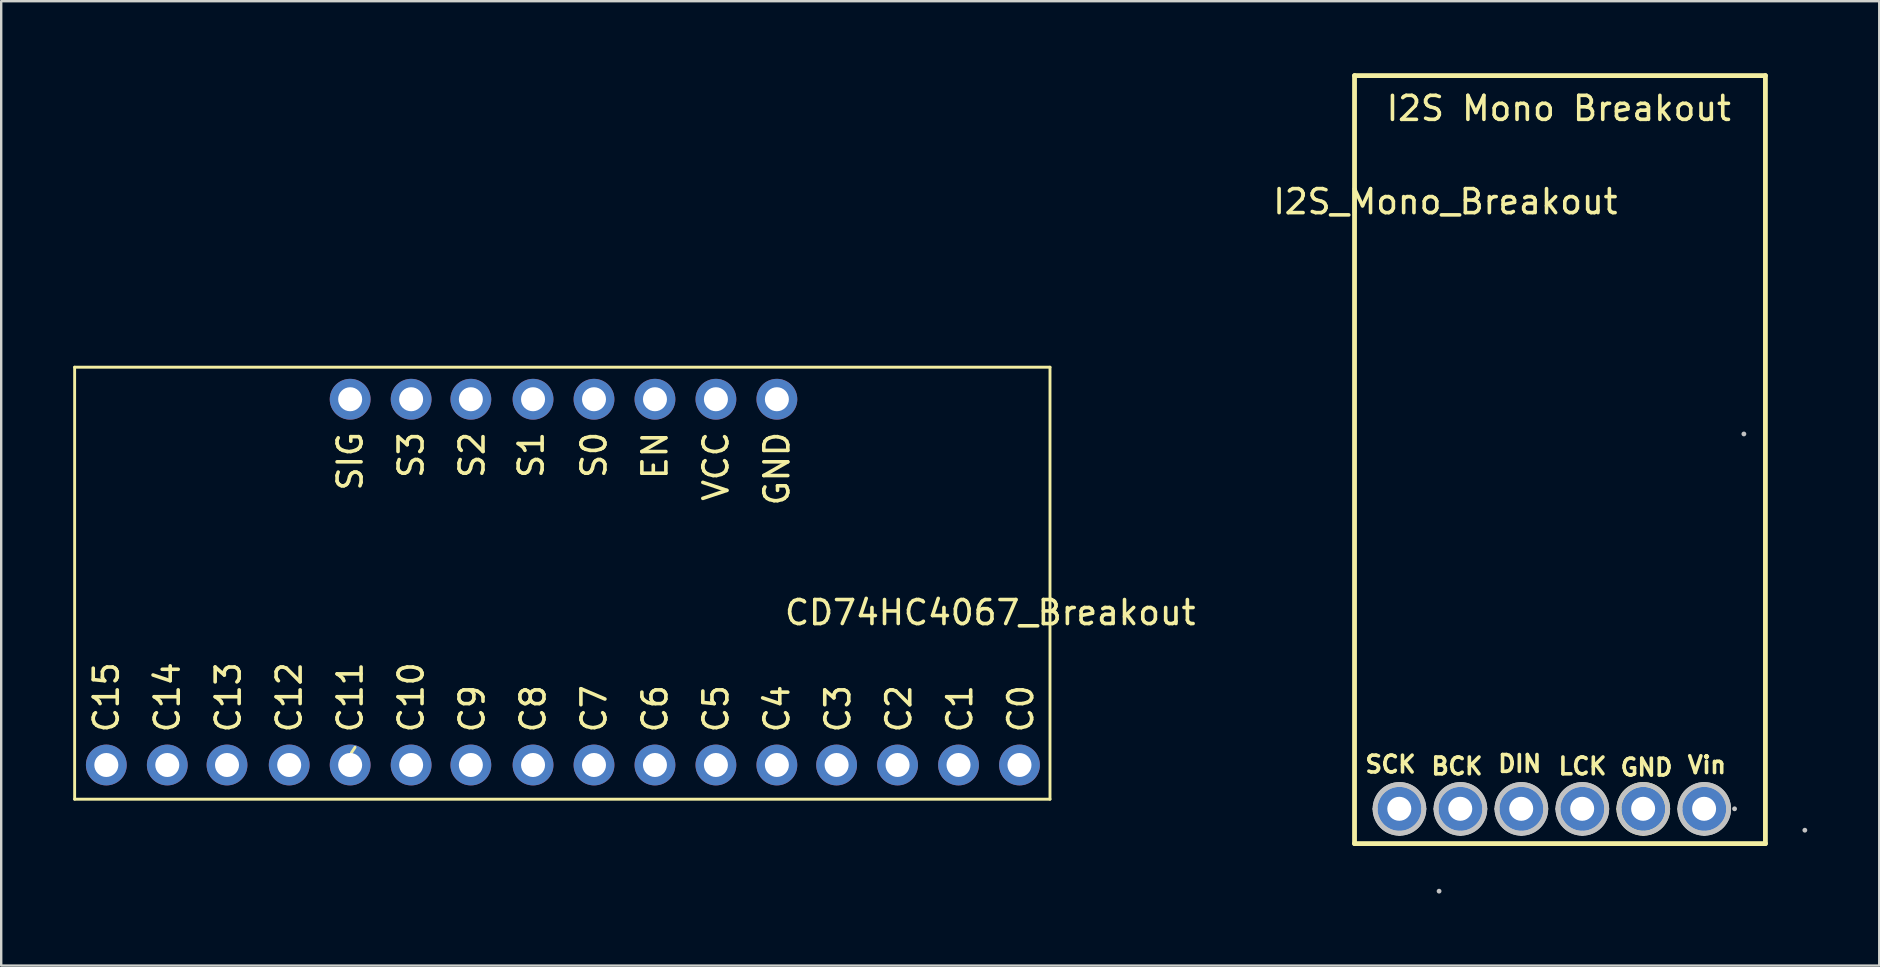
<source format=kicad_pcb>
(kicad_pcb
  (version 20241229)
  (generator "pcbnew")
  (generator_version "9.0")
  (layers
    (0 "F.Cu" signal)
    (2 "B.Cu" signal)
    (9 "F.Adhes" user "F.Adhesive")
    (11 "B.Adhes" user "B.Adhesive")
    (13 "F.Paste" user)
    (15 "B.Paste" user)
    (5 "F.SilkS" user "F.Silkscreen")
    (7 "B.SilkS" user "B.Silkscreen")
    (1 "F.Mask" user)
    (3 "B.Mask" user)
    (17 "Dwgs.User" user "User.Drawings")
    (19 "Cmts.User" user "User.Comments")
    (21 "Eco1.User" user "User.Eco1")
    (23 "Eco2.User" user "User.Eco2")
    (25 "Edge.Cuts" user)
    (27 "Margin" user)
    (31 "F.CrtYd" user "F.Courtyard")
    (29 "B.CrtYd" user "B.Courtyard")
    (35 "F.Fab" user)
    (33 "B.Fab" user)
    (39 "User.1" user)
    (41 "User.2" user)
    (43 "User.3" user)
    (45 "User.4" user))
  (footprint "I2S_Mono_Breakout"
    (layer "F.Cu")
    (at 60.857 33.345)
    (property "Reference" "I2S_Mono_Breakout" (at -3.683 -27.991 0) (layer "F.SilkS") (effects (font (size 1 1) (thickness 0.15))))
    (attr through_hole)
    (fp_line (start -7.468 -1.245) (end -7.468 -33.245) (stroke (width 0.2) (type solid)) (layer "F.SilkS"))
    (fp_line (start 9.652 -33.245) (end -7.468 -33.245) (stroke (width 0.2) (type solid)) (layer "F.SilkS"))
    (fp_line (start 9.652 -1.245) (end -7.468 -1.245) (stroke (width 0.2) (type solid)) (layer "F.SilkS"))
    (fp_line (start 9.652 -1.245) (end 9.652 -33.245) (stroke (width 0.2) (type solid)) (layer "F.SilkS"))
    (fp_curve (pts (xy 3.548 -2.692) (xy 3.548 -3.253) (xy 4.003 -3.708) (xy 4.564 -3.708)) (stroke (width 0.2) (type solid)) (layer "F.SilkS"))
    (fp_curve (pts (xy 4.564 -3.708) (xy 5.125 -3.708) (xy 5.58 -3.253) (xy 5.58 -2.692)) (stroke (width 0.2) (type solid)) (layer "F.SilkS"))
    (fp_curve (pts (xy 4.564 -1.676) (xy 4.003 -1.676) (xy 3.548 -2.131) (xy 3.548 -2.692)) (stroke (width 0.2) (type solid)) (layer "F.SilkS"))
    (fp_curve (pts (xy 5.58 -2.692) (xy 5.58 -2.131) (xy 5.125 -1.676) (xy 4.564 -1.676)) (stroke (width 0.2) (type solid)) (layer "F.SilkS"))
    (fp_curve (pts (xy -6.612 -2.692) (xy -6.612 -3.253) (xy -6.157 -3.708) (xy -5.596 -3.708)) (stroke (width 0.2) (type solid)) (layer "Dwgs.User"))
    (fp_curve (pts (xy -6.612 -2.692) (xy -6.612 -3.253) (xy -6.157 -3.708) (xy -5.596 -3.708)) (stroke (width 0.2) (type solid)) (layer "Dwgs.User"))
    (fp_curve (pts (xy -5.596 -3.708) (xy -5.035 -3.708) (xy -4.58 -3.253) (xy -4.58 -2.692)) (stroke (width 0.2) (type solid)) (layer "Dwgs.User"))
    (fp_curve (pts (xy -5.596 -3.708) (xy -5.035 -3.708) (xy -4.58 -3.253) (xy -4.58 -2.692)) (stroke (width 0.2) (type solid)) (layer "Dwgs.User"))
    (fp_curve (pts (xy -5.596 -1.676) (xy -6.157 -1.676) (xy -6.612 -2.131) (xy -6.612 -2.692)) (stroke (width 0.2) (type solid)) (layer "Dwgs.User"))
    (fp_curve (pts (xy -5.596 -1.676) (xy -6.157 -1.676) (xy -6.612 -2.131) (xy -6.612 -2.692)) (stroke (width 0.2) (type solid)) (layer "Dwgs.User"))
    (fp_curve (pts (xy -4.58 -2.692) (xy -4.58 -2.131) (xy -5.035 -1.676) (xy -5.596 -1.676)) (stroke (width 0.2) (type solid)) (layer "Dwgs.User"))
    (fp_curve (pts (xy -4.58 -2.692) (xy -4.58 -2.131) (xy -5.035 -1.676) (xy -5.596 -1.676)) (stroke (width 0.2) (type solid)) (layer "Dwgs.User"))
    (fp_curve (pts (xy -4.072 -2.692) (xy -4.072 -3.253) (xy -3.617 -3.708) (xy -3.056 -3.708)) (stroke (width 0.2) (type solid)) (layer "Dwgs.User"))
    (fp_curve (pts (xy -4.072 -2.692) (xy -4.072 -3.253) (xy -3.617 -3.708) (xy -3.056 -3.708)) (stroke (width 0.2) (type solid)) (layer "Dwgs.User"))
    (fp_curve (pts (xy -3.945 0.737) (xy -3.945 0.737) (xy -3.945 0.737) (xy -3.945 0.737)) (stroke (width 0.2) (type solid)) (layer "Dwgs.User"))
    (fp_curve (pts (xy -3.056 -3.708) (xy -2.495 -3.708) (xy -2.04 -3.253) (xy -2.04 -2.692)) (stroke (width 0.2) (type solid)) (layer "Dwgs.User"))
    (fp_curve (pts (xy -3.056 -3.708) (xy -2.495 -3.708) (xy -2.04 -3.253) (xy -2.04 -2.692)) (stroke (width 0.2) (type solid)) (layer "Dwgs.User"))
    (fp_curve (pts (xy -3.056 -1.676) (xy -3.617 -1.676) (xy -4.072 -2.131) (xy -4.072 -2.692)) (stroke (width 0.2) (type solid)) (layer "Dwgs.User"))
    (fp_curve (pts (xy -3.056 -1.676) (xy -3.617 -1.676) (xy -4.072 -2.131) (xy -4.072 -2.692)) (stroke (width 0.2) (type solid)) (layer "Dwgs.User"))
    (fp_curve (pts (xy -2.04 -2.692) (xy -2.04 -2.131) (xy -2.495 -1.676) (xy -3.056 -1.676)) (stroke (width 0.2) (type solid)) (layer "Dwgs.User"))
    (fp_curve (pts (xy -2.04 -2.692) (xy -2.04 -2.131) (xy -2.495 -1.676) (xy -3.056 -1.676)) (stroke (width 0.2) (type solid)) (layer "Dwgs.User"))
    (fp_curve (pts (xy -1.532 -2.692) (xy -1.532 -3.253) (xy -1.077 -3.708) (xy -0.516 -3.708)) (stroke (width 0.2) (type solid)) (layer "Dwgs.User"))
    (fp_curve (pts (xy -1.532 -2.692) (xy -1.532 -3.253) (xy -1.077 -3.708) (xy -0.516 -3.708)) (stroke (width 0.2) (type solid)) (layer "Dwgs.User"))
    (fp_curve (pts (xy -0.516 -3.708) (xy 0.045 -3.708) (xy 0.5 -3.253) (xy 0.5 -2.692)) (stroke (width 0.2) (type solid)) (layer "Dwgs.User"))
    (fp_curve (pts (xy -0.516 -3.708) (xy 0.045 -3.708) (xy 0.5 -3.253) (xy 0.5 -2.692)) (stroke (width 0.2) (type solid)) (layer "Dwgs.User"))
    (fp_curve (pts (xy -0.516 -1.676) (xy -1.077 -1.676) (xy -1.532 -2.131) (xy -1.532 -2.692)) (stroke (width 0.2) (type solid)) (layer "Dwgs.User"))
    (fp_curve (pts (xy -0.516 -1.676) (xy -1.077 -1.676) (xy -1.532 -2.131) (xy -1.532 -2.692)) (stroke (width 0.2) (type solid)) (layer "Dwgs.User"))
    (fp_curve (pts (xy 0.5 -2.692) (xy 0.5 -2.131) (xy 0.045 -1.676) (xy -0.516 -1.676)) (stroke (width 0.2) (type solid)) (layer "Dwgs.User"))
    (fp_curve (pts (xy 0.5 -2.692) (xy 0.5 -2.131) (xy 0.045 -1.676) (xy -0.516 -1.676)) (stroke (width 0.2) (type solid)) (layer "Dwgs.User"))
    (fp_curve (pts (xy 1.008 -2.692) (xy 1.008 -3.253) (xy 1.463 -3.708) (xy 2.024 -3.708)) (stroke (width 0.2) (type solid)) (layer "Dwgs.User"))
    (fp_curve (pts (xy 1.008 -2.692) (xy 1.008 -3.253) (xy 1.463 -3.708) (xy 2.024 -3.708)) (stroke (width 0.2) (type solid)) (layer "Dwgs.User"))
    (fp_curve (pts (xy 2.024 -3.708) (xy 2.585 -3.708) (xy 3.04 -3.253) (xy 3.04 -2.692)) (stroke (width 0.2) (type solid)) (layer "Dwgs.User"))
    (fp_curve (pts (xy 2.024 -3.708) (xy 2.585 -3.708) (xy 3.04 -3.253) (xy 3.04 -2.692)) (stroke (width 0.2) (type solid)) (layer "Dwgs.User"))
    (fp_curve (pts (xy 2.024 -1.676) (xy 1.463 -1.676) (xy 1.008 -2.131) (xy 1.008 -2.692)) (stroke (width 0.2) (type solid)) (layer "Dwgs.User"))
    (fp_curve (pts (xy 2.024 -1.676) (xy 1.463 -1.676) (xy 1.008 -2.131) (xy 1.008 -2.692)) (stroke (width 0.2) (type solid)) (layer "Dwgs.User"))
    (fp_curve (pts (xy 3.04 -2.692) (xy 3.04 -2.131) (xy 2.585 -1.676) (xy 2.024 -1.676)) (stroke (width 0.2) (type solid)) (layer "Dwgs.User"))
    (fp_curve (pts (xy 3.04 -2.692) (xy 3.04 -2.131) (xy 2.585 -1.676) (xy 2.024 -1.676)) (stroke (width 0.2) (type solid)) (layer "Dwgs.User"))
    (fp_curve (pts (xy 3.548 -2.692) (xy 3.548 -3.253) (xy 4.003 -3.708) (xy 4.564 -3.708)) (stroke (width 0.2) (type solid)) (layer "Dwgs.User"))
    (fp_curve (pts (xy 4.564 -3.708) (xy 5.125 -3.708) (xy 5.58 -3.253) (xy 5.58 -2.692)) (stroke (width 0.2) (type solid)) (layer "Dwgs.User"))
    (fp_curve (pts (xy 4.564 -1.676) (xy 4.003 -1.676) (xy 3.548 -2.131) (xy 3.548 -2.692)) (stroke (width 0.2) (type solid)) (layer "Dwgs.User"))
    (fp_curve (pts (xy 5.58 -2.692) (xy 5.58 -2.131) (xy 5.125 -1.676) (xy 4.564 -1.676)) (stroke (width 0.2) (type solid)) (layer "Dwgs.User"))
    (fp_curve (pts (xy 6.088 -2.692) (xy 6.088 -3.253) (xy 6.543 -3.708) (xy 7.104 -3.708)) (stroke (width 0.2) (type solid)) (layer "Dwgs.User"))
    (fp_curve (pts (xy 6.088 -2.692) (xy 6.088 -3.253) (xy 6.543 -3.708) (xy 7.104 -3.708)) (stroke (width 0.2) (type solid)) (layer "Dwgs.User"))
    (fp_curve (pts (xy 7.104 -3.708) (xy 7.665 -3.708) (xy 8.12 -3.253) (xy 8.12 -2.692)) (stroke (width 0.2) (type solid)) (layer "Dwgs.User"))
    (fp_curve (pts (xy 7.104 -3.708) (xy 7.665 -3.708) (xy 8.12 -3.253) (xy 8.12 -2.692)) (stroke (width 0.2) (type solid)) (layer "Dwgs.User"))
    (fp_curve (pts (xy 7.104 -1.676) (xy 6.543 -1.676) (xy 6.088 -2.131) (xy 6.088 -2.692)) (stroke (width 0.2) (type solid)) (layer "Dwgs.User"))
    (fp_curve (pts (xy 7.104 -1.676) (xy 6.543 -1.676) (xy 6.088 -2.131) (xy 6.088 -2.692)) (stroke (width 0.2) (type solid)) (layer "Dwgs.User"))
    (fp_curve (pts (xy 8.12 -2.692) (xy 8.12 -2.131) (xy 7.665 -1.676) (xy 7.104 -1.676)) (stroke (width 0.2) (type solid)) (layer "Dwgs.User"))
    (fp_curve (pts (xy 8.12 -2.692) (xy 8.12 -2.131) (xy 7.665 -1.676) (xy 7.104 -1.676)) (stroke (width 0.2) (type solid)) (layer "Dwgs.User"))
    (fp_curve (pts (xy 8.367 -2.695) (xy 8.367 -2.695) (xy 8.367 -2.695) (xy 8.367 -2.695)) (stroke (width 0.2) (type solid)) (layer "Dwgs.User"))
    (fp_curve (pts (xy 8.755 -18.313) (xy 8.755 -18.313) (xy 8.755 -18.313) (xy 8.755 -18.313)) (stroke (width 0.2) (type solid)) (layer "Dwgs.User"))
    (fp_curve (pts (xy 11.295 -1.803) (xy 11.295 -1.803) (xy 11.295 -1.803) (xy 11.295 -1.803)) (stroke (width 0.2) (type solid)) (layer "Dwgs.User"))
    (fp_text user "Vin" (at 7.214 -4.521 0) (layer "F.SilkS") (effects (font (size 0.7 0.7) (thickness 0.15))))
    (fp_text user "SCK" (at -5.969 -4.547 0) (layer "F.SilkS") (effects (font (size 0.7 0.7) (thickness 0.15))))
    (fp_text user "I2S Mono Breakout" (at 1.041 -31.877 0) (layer "F.SilkS") (effects (font (size 1 1) (thickness 0.15))))
    (fp_text user "GND" (at 4.699 -4.42 0) (layer "F.SilkS") (effects (font (size 0.7 0.7) (thickness 0.15))))
    (fp_text user "BCK" (at -3.2 -4.47 0) (layer "F.SilkS") (effects (font (size 0.7 0.7) (thickness 0.15))))
    (fp_text user "DIN" (at -0.584 -4.572 0) (layer "F.SilkS") (effects (font (size 0.7 0.7) (thickness 0.15))))
    (fp_text user "LCK" (at 2.032 -4.47 0) (layer "F.SilkS") (effects (font (size 0.7 0.7) (thickness 0.15))))
    (pad "1" thru_hole circle (at 7.097 -2.695) (size 1.93 1.93) (drill 1) (layers "*.Cu" "*.Mask"))
    (pad "2" thru_hole circle (at 4.557 -2.695) (size 1.93 1.93) (drill 1) (layers "*.Cu" "*.Mask"))
    (pad "3" thru_hole circle (at 2.017 -2.695) (size 1.93 1.93) (drill 1) (layers "*.Cu" "*.Mask"))
    (pad "4" thru_hole circle (at -0.523 -2.695) (size 1.93 1.93) (drill 1) (layers "*.Cu" "*.Mask"))
    (pad "5" thru_hole circle (at -3.063 -2.695) (size 1.93 1.93) (drill 1) (layers "*.Cu" "*.Mask"))
    (pad "6" thru_hole circle (at -5.603 -2.695) (size 1.93 1.93) (drill 1) (layers "*.Cu" "*.Mask")))
  (footprint "CD74HC4067_Breakout"
    (layer "F.Cu")
    (at 21.7 0.25)
    (property "Reference" "CD74HC4067_Breakout" (at 16.51 22.225 0) (layer "F.SilkS") (effects (font (size 1 1) (thickness 0.15))))
    (attr through_hole)
    (fp_line (start -21.64 12) (end 19 12) (stroke (width 0.12) (type solid)) (layer "F.SilkS"))
    (fp_line (start -21.64 30) (end -21.64 12) (stroke (width 0.12) (type solid)) (layer "F.SilkS"))
    (fp_line (start -10.109 28.067) (end -9.957 27.838) (stroke (width 0.12) (type solid)) (layer "F.SilkS"))
    (fp_line (start 19 12) (end 19 30) (stroke (width 0.12) (type solid)) (layer "F.SilkS"))
    (fp_line (start 19 30) (end -21.64 30) (stroke (width 0.12) (type solid)) (layer "F.SilkS"))
    (fp_text user "C1" (at 15.24 27.305 90) (layer "F.SilkS") (effects (font (size 1 1) (thickness 0.15)) (justify left)))
    (fp_text user "GND" (at 7.62 14.605 90) (layer "F.SilkS") (effects (font (size 1 1) (thickness 0.15)) (justify right)))
    (fp_text user "C9" (at -5.08 27.305 90) (layer "F.SilkS") (effects (font (size 1 1) (thickness 0.15)) (justify left)))
    (fp_text user "C3" (at 10.16 27.305 90) (layer "F.SilkS") (effects (font (size 1 1) (thickness 0.15)) (justify left)))
    (fp_text user "C7" (at 0 27.305 90) (layer "F.SilkS") (effects (font (size 1 1) (thickness 0.15)) (justify left)))
    (fp_text user "C8" (at -2.54 27.305 90) (layer "F.SilkS") (effects (font (size 1 1) (thickness 0.15)) (justify left)))
    (fp_text user "S1" (at -2.616 14.605 90) (layer "F.SilkS") (effects (font (size 1 1) (thickness 0.15)) (justify right)))
    (fp_text user "C13" (at -15.24 27.305 90) (layer "F.SilkS") (effects (font (size 1 1) (thickness 0.15)) (justify left)))
    (fp_text user "S2" (at -5.08 14.605 90) (layer "F.SilkS") (effects (font (size 1 1) (thickness 0.15)) (justify right)))
    (fp_text user "VCC" (at 5.08 14.605 90) (layer "F.SilkS") (effects (font (size 1 1) (thickness 0.15)) (justify right)))
    (fp_text user "SIG" (at -10.16 14.605 90) (layer "F.SilkS") (effects (font (size 1 1) (thickness 0.15)) (justify right)))
    (fp_text user "C4" (at 7.62 27.305 90) (layer "F.SilkS") (effects (font (size 1 1) (thickness 0.15)) (justify left)))
    (fp_text user "S3" (at -7.62 14.605 90) (layer "F.SilkS") (effects (font (size 1 1) (thickness 0.15)) (justify right)))
    (fp_text user "C2" (at 12.7 27.305 90) (layer "F.SilkS") (effects (font (size 1 1) (thickness 0.15)) (justify left)))
    (fp_text user "C15" (at -20.32 27.305 90) (layer "F.SilkS") (effects (font (size 1 1) (thickness 0.15)) (justify left)))
    (fp_text user "S0" (at 0 14.605 90) (layer "F.SilkS") (effects (font (size 1 1) (thickness 0.15)) (justify right)))
    (fp_text user "C6" (at 2.54 27.305 90) (layer "F.SilkS") (effects (font (size 1 1) (thickness 0.15)) (justify left)))
    (fp_text user "C0" (at 17.78 27.305 90) (layer "F.SilkS") (effects (font (size 1 1) (thickness 0.15)) (justify left)))
    (fp_text user "C11" (at -10.16 27.305 90) (layer "F.SilkS") (effects (font (size 1 1) (thickness 0.15)) (justify left)))
    (fp_text user "C5" (at 5.08 27.305 90) (layer "F.SilkS") (effects (font (size 1 1) (thickness 0.15)) (justify left)))
    (fp_text user "C10" (at -7.62 27.305 90) (layer "F.SilkS") (effects (font (size 1 1) (thickness 0.15)) (justify left)))
    (fp_text user "C14" (at -17.78 27.305 90) (layer "F.SilkS") (effects (font (size 1 1) (thickness 0.15)) (justify left)))
    (fp_text user "EN" (at 2.54 14.605 90) (layer "F.SilkS") (effects (font (size 1 1) (thickness 0.15)) (justify right)))
    (fp_text user "C12" (at -12.7 27.305 90) (layer "F.SilkS") (effects (font (size 1 1) (thickness 0.15)) (justify left)))
    (pad "1" thru_hole oval (at -10.16 13.335 270) (size 1.7 1.7) (drill 1) (layers "*.Cu" "*.Mask"))
    (pad "2" thru_hole oval (at 0 28.575 270) (size 1.7 1.7) (drill 1) (layers "*.Cu" "*.Mask"))
    (pad "3" thru_hole oval (at 2.54 28.575 270) (size 1.7 1.7) (drill 1) (layers "*.Cu" "*.Mask"))
    (pad "4" thru_hole oval (at 5.08 28.575 270) (size 1.7 1.7) (drill 1) (layers "*.Cu" "*.Mask"))
    (pad "5" thru_hole oval (at 7.62 28.575 270) (size 1.7 1.7) (drill 1) (layers "*.Cu" "*.Mask"))
    (pad "6" thru_hole oval (at 10.109 28.575 270) (size 1.7 1.7) (drill 1) (layers "*.Cu" "*.Mask"))
    (pad "7" thru_hole oval (at 12.649 28.575 270) (size 1.7 1.7) (drill 1) (layers "*.Cu" "*.Mask"))
    (pad "8" thru_hole circle (at 15.189 28.575 270) (size 1.7 1.7) (drill 1) (layers "*.Cu" "*.Mask"))
    (pad "9" thru_hole circle (at 17.729 28.575 270) (size 1.7 1.7) (drill 1) (layers "*.Cu" "*.Mask"))
    (pad "10" thru_hole oval (at 0 13.335 270) (size 1.7 1.7) (drill 1) (layers "*.Cu" "*.Mask"))
    (pad "11" thru_hole oval (at -2.54 13.335 270) (size 1.7 1.7) (drill 1) (layers "*.Cu" "*.Mask"))
    (pad "12" thru_hole oval (at 7.62 13.335 270) (size 1.7 1.7) (drill 1) (layers "*.Cu" "*.Mask"))
    (pad "13" thru_hole oval (at -7.62 13.335 270) (size 1.7 1.7) (drill 1) (layers "*.Cu" "*.Mask"))
    (pad "14" thru_hole oval (at -5.131 13.335 270) (size 1.7 1.7) (drill 1) (layers "*.Cu" "*.Mask"))
    (pad "15" thru_hole oval (at 2.54 13.335 270) (size 1.7 1.7) (drill 1) (layers "*.Cu" "*.Mask"))
    (pad "16" thru_hole oval (at -20.32 28.575 270) (size 1.7 1.7) (drill 1) (layers "*.Cu" "*.Mask"))
    (pad "17" thru_hole oval (at -17.78 28.575 270) (size 1.7 1.7) (drill 1) (layers "*.Cu" "*.Mask"))
    (pad "18" thru_hole oval (at -15.291 28.575 270) (size 1.7 1.7) (drill 1) (layers "*.Cu" "*.Mask"))
    (pad "19" thru_hole oval (at -12.7 28.575 270) (size 1.7 1.7) (drill 1) (layers "*.Cu" "*.Mask"))
    (pad "20" thru_hole oval (at -10.16 28.575 270) (size 1.7 1.7) (drill 1) (layers "*.Cu" "*.Mask"))
    (pad "21" thru_hole oval (at -7.62 28.575 270) (size 1.7 1.7) (drill 1) (layers "*.Cu" "*.Mask"))
    (pad "22" thru_hole oval (at -5.131 28.575 270) (size 1.7 1.7) (drill 1) (layers "*.Cu" "*.Mask"))
    (pad "23" thru_hole oval (at -2.54 28.575 270) (size 1.7 1.7) (drill 1) (layers "*.Cu" "*.Mask"))
    (pad "24" thru_hole oval (at 5.08 13.335 270) (size 1.7 1.7) (drill 1) (layers "*.Cu" "*.Mask")))
  (gr_rect
    (start -3 -3)
    (end 75.252 37.182)
    (stroke (width 0.1) (type default))
    (fill no)
    (layer "Edge.Cuts")))
</source>
